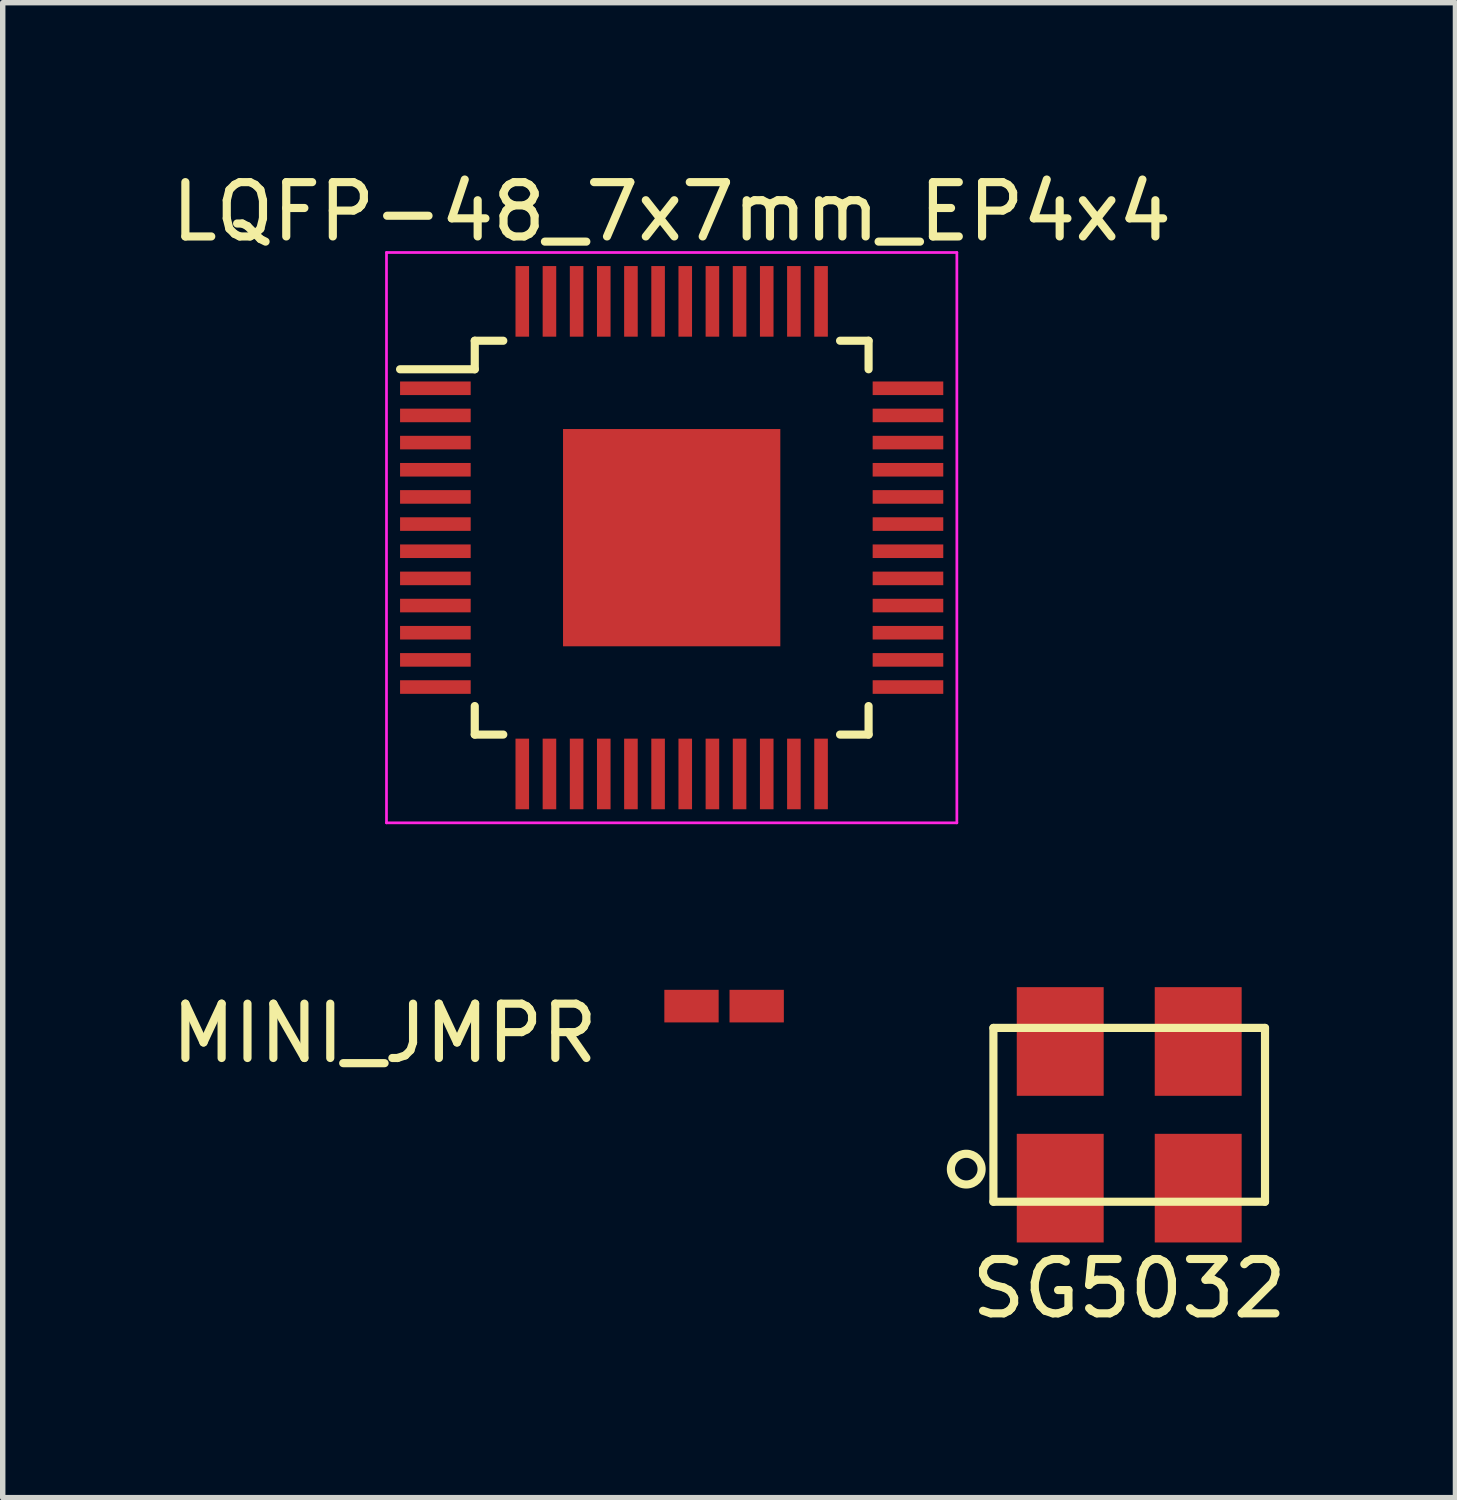
<source format=kicad_pcb>
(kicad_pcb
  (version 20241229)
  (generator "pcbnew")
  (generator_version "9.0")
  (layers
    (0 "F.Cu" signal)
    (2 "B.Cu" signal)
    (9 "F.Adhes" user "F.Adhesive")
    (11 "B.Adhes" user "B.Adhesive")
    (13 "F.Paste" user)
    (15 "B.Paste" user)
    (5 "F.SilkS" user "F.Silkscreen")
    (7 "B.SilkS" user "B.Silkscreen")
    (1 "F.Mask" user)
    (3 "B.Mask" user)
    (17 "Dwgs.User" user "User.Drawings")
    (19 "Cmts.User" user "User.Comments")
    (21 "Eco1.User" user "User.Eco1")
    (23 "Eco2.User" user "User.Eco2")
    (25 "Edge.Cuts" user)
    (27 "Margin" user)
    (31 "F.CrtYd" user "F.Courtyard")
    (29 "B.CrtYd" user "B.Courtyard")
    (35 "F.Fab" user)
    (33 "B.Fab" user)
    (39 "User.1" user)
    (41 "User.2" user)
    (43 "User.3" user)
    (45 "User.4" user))
  (footprint "SG5032"
    (layer "F.Cu")
    (at 17.738 17.473)
    (property "Reference" "SG5032" (at 0 3.2 0) (layer "F.SilkS") (effects (font (size 1 1) (thickness 0.15))))
    (attr through_hole)
    (fp_line (start -2.5 -1.6) (end 2.5 -1.6) (stroke (width 0.15) (type solid)) (layer "F.SilkS"))
    (fp_line (start -2.5 1.6) (end -2.5 -1.6) (stroke (width 0.15) (type solid)) (layer "F.SilkS"))
    (fp_line (start 2.5 -1.6) (end 2.5 1.6) (stroke (width 0.15) (type solid)) (layer "F.SilkS"))
    (fp_line (start 2.5 1.6) (end -2.5 1.6) (stroke (width 0.15) (type solid)) (layer "F.SilkS"))
    (fp_circle (center -3 1) (end -2.8 0.8) (stroke (width 0.15) (type solid)) (fill no) (layer "F.SilkS"))
    (pad "1" smd rect (at -1.27 1.35) (size 1.6 2) (layers "F.Cu" "F.Mask" "F.Paste"))
    (pad "2" smd rect (at 1.27 1.35) (size 1.6 2) (layers "F.Cu" "F.Mask" "F.Paste"))
    (pad "3" smd rect (at 1.27 -1.35) (size 1.6 2) (layers "F.Cu" "F.Mask" "F.Paste"))
    (pad "4" smd rect (at -1.27 -1.35) (size 1.6 2) (layers "F.Cu" "F.Mask" "F.Paste")))
  (footprint "LQFP-48_7x7mm_EP4x4"
    (layer "F.Cu")
    (at 9.315 6.848)
    (property "Reference" "LQFP-48_7x7mm_EP4x4" (at 0 -6 0) (layer "F.SilkS") (effects (font (size 1 1) (thickness 0.15))))
    (attr smd)
    (fp_line (start -3.625 -3.625) (end -3.625 -3.1) (stroke (width 0.15) (type solid)) (layer "F.SilkS"))
    (fp_line (start -3.625 -3.625) (end -3.1 -3.625) (stroke (width 0.15) (type solid)) (layer "F.SilkS"))
    (fp_line (start -3.625 -3.1) (end -5 -3.1) (stroke (width 0.15) (type solid)) (layer "F.SilkS"))
    (fp_line (start -3.625 3.625) (end -3.625 3.1) (stroke (width 0.15) (type solid)) (layer "F.SilkS"))
    (fp_line (start -3.625 3.625) (end -3.1 3.625) (stroke (width 0.15) (type solid)) (layer "F.SilkS"))
    (fp_line (start 3.625 -3.625) (end 3.1 -3.625) (stroke (width 0.15) (type solid)) (layer "F.SilkS"))
    (fp_line (start 3.625 -3.625) (end 3.625 -3.1) (stroke (width 0.15) (type solid)) (layer "F.SilkS"))
    (fp_line (start 3.625 3.625) (end 3.1 3.625) (stroke (width 0.15) (type solid)) (layer "F.SilkS"))
    (fp_line (start 3.625 3.625) (end 3.625 3.1) (stroke (width 0.15) (type solid)) (layer "F.SilkS"))
    (fp_line (start -5.25 -5.25) (end -5.25 5.25) (stroke (width 0.05) (type solid)) (layer "F.CrtYd"))
    (fp_line (start -5.25 -5.25) (end 5.25 -5.25) (stroke (width 0.05) (type solid)) (layer "F.CrtYd"))
    (fp_line (start -5.25 5.25) (end 5.25 5.25) (stroke (width 0.05) (type solid)) (layer "F.CrtYd"))
    (fp_line (start 5.25 -5.25) (end 5.25 5.25) (stroke (width 0.05) (type solid)) (layer "F.CrtYd"))
    (pad "1" smd rect (at -4.35 -2.75) (size 1.3 0.25) (layers "F.Cu" "F.Mask" "F.Paste"))
    (pad "2" smd rect (at -4.35 -2.25) (size 1.3 0.25) (layers "F.Cu" "F.Mask" "F.Paste"))
    (pad "3" smd rect (at -4.35 -1.75) (size 1.3 0.25) (layers "F.Cu" "F.Mask" "F.Paste"))
    (pad "4" smd rect (at -4.35 -1.25) (size 1.3 0.25) (layers "F.Cu" "F.Mask" "F.Paste"))
    (pad "5" smd rect (at -4.35 -0.75) (size 1.3 0.25) (layers "F.Cu" "F.Mask" "F.Paste"))
    (pad "6" smd rect (at -4.35 -0.25) (size 1.3 0.25) (layers "F.Cu" "F.Mask" "F.Paste"))
    (pad "7" smd rect (at -4.35 0.25) (size 1.3 0.25) (layers "F.Cu" "F.Mask" "F.Paste"))
    (pad "8" smd rect (at -4.35 0.75) (size 1.3 0.25) (layers "F.Cu" "F.Mask" "F.Paste"))
    (pad "9" smd rect (at -4.35 1.25) (size 1.3 0.25) (layers "F.Cu" "F.Mask" "F.Paste"))
    (pad "10" smd rect (at -4.35 1.75) (size 1.3 0.25) (layers "F.Cu" "F.Mask" "F.Paste"))
    (pad "11" smd rect (at -4.35 2.25) (size 1.3 0.25) (layers "F.Cu" "F.Mask" "F.Paste"))
    (pad "12" smd rect (at -4.35 2.75) (size 1.3 0.25) (layers "F.Cu" "F.Mask" "F.Paste"))
    (pad "13" smd rect (at -2.75 4.35 90) (size 1.3 0.25) (layers "F.Cu" "F.Mask" "F.Paste"))
    (pad "14" smd rect (at -2.25 4.35 90) (size 1.3 0.25) (layers "F.Cu" "F.Mask" "F.Paste"))
    (pad "15" smd rect (at -1.75 4.35 90) (size 1.3 0.25) (layers "F.Cu" "F.Mask" "F.Paste"))
    (pad "16" smd rect (at -1.25 4.35 90) (size 1.3 0.25) (layers "F.Cu" "F.Mask" "F.Paste"))
    (pad "17" smd rect (at -0.75 4.35 90) (size 1.3 0.25) (layers "F.Cu" "F.Mask" "F.Paste"))
    (pad "18" smd rect (at -0.25 4.35 90) (size 1.3 0.25) (layers "F.Cu" "F.Mask" "F.Paste"))
    (pad "19" smd rect (at 0.25 4.35 90) (size 1.3 0.25) (layers "F.Cu" "F.Mask" "F.Paste"))
    (pad "20" smd rect (at 0.75 4.35 90) (size 1.3 0.25) (layers "F.Cu" "F.Mask" "F.Paste"))
    (pad "21" smd rect (at 1.25 4.35 90) (size 1.3 0.25) (layers "F.Cu" "F.Mask" "F.Paste"))
    (pad "22" smd rect (at 1.75 4.35 90) (size 1.3 0.25) (layers "F.Cu" "F.Mask" "F.Paste"))
    (pad "23" smd rect (at 2.25 4.35 90) (size 1.3 0.25) (layers "F.Cu" "F.Mask" "F.Paste"))
    (pad "24" smd rect (at 2.75 4.35 90) (size 1.3 0.25) (layers "F.Cu" "F.Mask" "F.Paste"))
    (pad "25" smd rect (at 4.35 2.75) (size 1.3 0.25) (layers "F.Cu" "F.Mask" "F.Paste"))
    (pad "26" smd rect (at 4.35 2.25) (size 1.3 0.25) (layers "F.Cu" "F.Mask" "F.Paste"))
    (pad "27" smd rect (at 4.35 1.75) (size 1.3 0.25) (layers "F.Cu" "F.Mask" "F.Paste"))
    (pad "28" smd rect (at 4.35 1.25) (size 1.3 0.25) (layers "F.Cu" "F.Mask" "F.Paste"))
    (pad "29" smd rect (at 4.35 0.75) (size 1.3 0.25) (layers "F.Cu" "F.Mask" "F.Paste"))
    (pad "30" smd rect (at 4.35 0.25) (size 1.3 0.25) (layers "F.Cu" "F.Mask" "F.Paste"))
    (pad "31" smd rect (at 4.35 -0.25) (size 1.3 0.25) (layers "F.Cu" "F.Mask" "F.Paste"))
    (pad "32" smd rect (at 4.35 -0.75) (size 1.3 0.25) (layers "F.Cu" "F.Mask" "F.Paste"))
    (pad "33" smd rect (at 4.35 -1.25) (size 1.3 0.25) (layers "F.Cu" "F.Mask" "F.Paste"))
    (pad "34" smd rect (at 4.35 -1.75) (size 1.3 0.25) (layers "F.Cu" "F.Mask" "F.Paste"))
    (pad "35" smd rect (at 4.35 -2.25) (size 1.3 0.25) (layers "F.Cu" "F.Mask" "F.Paste"))
    (pad "36" smd rect (at 4.35 -2.75) (size 1.3 0.25) (layers "F.Cu" "F.Mask" "F.Paste"))
    (pad "37" smd rect (at 2.75 -4.35 90) (size 1.3 0.25) (layers "F.Cu" "F.Mask" "F.Paste"))
    (pad "38" smd rect (at 2.25 -4.35 90) (size 1.3 0.25) (layers "F.Cu" "F.Mask" "F.Paste"))
    (pad "39" smd rect (at 1.75 -4.35 90) (size 1.3 0.25) (layers "F.Cu" "F.Mask" "F.Paste"))
    (pad "40" smd rect (at 1.25 -4.35 90) (size 1.3 0.25) (layers "F.Cu" "F.Mask" "F.Paste"))
    (pad "41" smd rect (at 0.75 -4.35 90) (size 1.3 0.25) (layers "F.Cu" "F.Mask" "F.Paste"))
    (pad "42" smd rect (at 0.25 -4.35 90) (size 1.3 0.25) (layers "F.Cu" "F.Mask" "F.Paste"))
    (pad "43" smd rect (at -0.25 -4.35 90) (size 1.3 0.25) (layers "F.Cu" "F.Mask" "F.Paste"))
    (pad "44" smd rect (at -0.75 -4.35 90) (size 1.3 0.25) (layers "F.Cu" "F.Mask" "F.Paste"))
    (pad "45" smd rect (at -1.25 -4.35 90) (size 1.3 0.25) (layers "F.Cu" "F.Mask" "F.Paste"))
    (pad "46" smd rect (at -1.75 -4.35 90) (size 1.3 0.25) (layers "F.Cu" "F.Mask" "F.Paste"))
    (pad "47" smd rect (at -2.25 -4.35 90) (size 1.3 0.25) (layers "F.Cu" "F.Mask" "F.Paste"))
    (pad "48" smd rect (at -2.75 -4.35 90) (size 1.3 0.25) (layers "F.Cu" "F.Mask" "F.Paste"))
    (pad "49" smd rect (at 0 0) (size 4 4) (layers "F.Cu" "F.Mask" "F.Paste")))
  (footprint "MINI_JMPR"
    (layer "F.Cu")
    (at 10.28 15.472)
    (property "Reference" "MINI_JMPR" (at -6.25 0.5 0) (layer "F.SilkS") (effects (font (size 1 1) (thickness 0.15))))
    (attr through_hole)
    (pad "1" smd rect (at -0.6 0 90) (size 0.6 1) (layers "F.Cu" "F.Mask" "F.Paste"))
    (pad "2" smd rect (at 0.6 0 270) (size 0.6 1) (layers "F.Cu" "F.Mask" "F.Paste")))
  (gr_rect
    (start -3 -3)
    (end 23.744 24.521)
    (stroke (width 0.1) (type default))
    (fill no)
    (layer "Edge.Cuts")))
</source>
